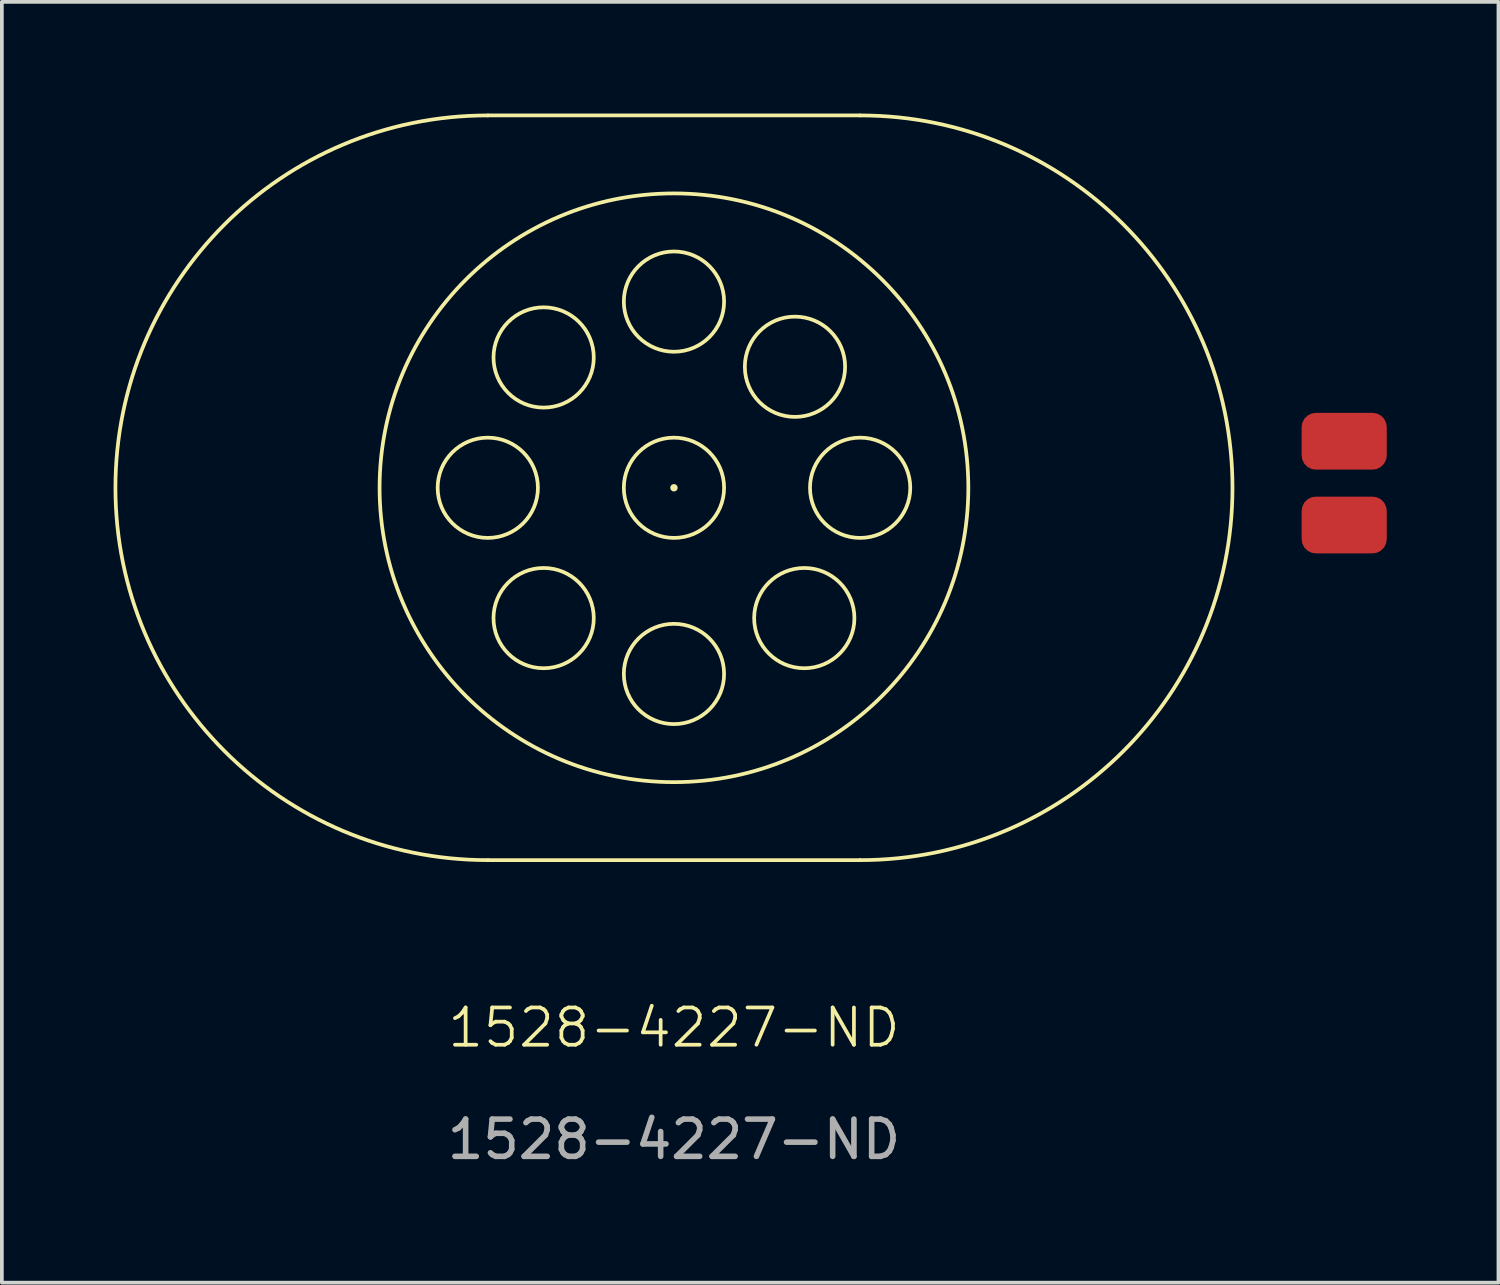
<source format=kicad_pcb>
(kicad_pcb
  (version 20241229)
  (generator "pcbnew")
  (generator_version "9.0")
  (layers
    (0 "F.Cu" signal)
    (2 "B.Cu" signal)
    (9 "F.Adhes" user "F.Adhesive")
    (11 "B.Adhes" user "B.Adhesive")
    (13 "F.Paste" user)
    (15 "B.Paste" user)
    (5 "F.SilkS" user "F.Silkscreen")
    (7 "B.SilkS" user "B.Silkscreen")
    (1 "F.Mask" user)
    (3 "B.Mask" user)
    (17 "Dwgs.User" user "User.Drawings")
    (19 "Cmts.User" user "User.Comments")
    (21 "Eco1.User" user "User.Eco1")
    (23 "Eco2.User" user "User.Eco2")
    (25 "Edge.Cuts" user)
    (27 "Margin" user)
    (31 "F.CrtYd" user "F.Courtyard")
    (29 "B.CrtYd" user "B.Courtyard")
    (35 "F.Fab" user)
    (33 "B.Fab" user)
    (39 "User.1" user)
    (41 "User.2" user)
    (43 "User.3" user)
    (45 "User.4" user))
  (footprint "1528-4227-ND"
    (layer "F.Cu")
    (at 15.05 25.05)
    (property "Reference" "1528-4227-ND" (at 0 -0.5 0) (unlocked yes) (layer "F.SilkS") (effects (font (size 1 1) (thickness 0.1))))
    (attr smd)
    (fp_line (start -5 -25) (end 5 -25) (stroke (width 0.1) (type default)) (layer "F.SilkS"))
    (fp_line (start -5 -5) (end 5 -5) (stroke (width 0.1) (type default)) (layer "F.SilkS"))
    (fp_arc (start -5 -5) (mid -15 -15) (end -5 -25) (stroke (width 0.1) (type default)) (layer "F.SilkS"))
    (fp_arc (start 5 -25) (mid 15 -15) (end 5 -5) (stroke (width 0.1) (type default)) (layer "F.SilkS"))
    (fp_circle (center -5 -15) (end -3.75 -14.5) (stroke (width 0.1) (type default)) (fill no) (layer "F.SilkS"))
    (fp_circle (center -3.5 -18.5) (end -2.25 -18) (stroke (width 0.1) (type default)) (fill no) (layer "F.SilkS"))
    (fp_circle (center -3.5 -11.5) (end -2.25 -11) (stroke (width 0.1) (type default)) (fill no) (layer "F.SilkS"))
    (fp_circle (center 0 -20) (end 1.25 -19.5) (stroke (width 0.1) (type default)) (fill no) (layer "F.SilkS"))
    (fp_circle (center 0 -15) (end 0 -15) (stroke (width 0.1) (type default)) (fill no) (layer "F.SilkS"))
    (fp_circle (center 0 -15) (end 1.25 -14.5) (stroke (width 0.1) (type default)) (fill no) (layer "F.SilkS"))
    (fp_circle (center 0 -15) (end 7.5 -17.5) (stroke (width 0.1) (type default)) (fill no) (layer "F.SilkS"))
    (fp_circle (center 0 -10) (end 1.25 -9.5) (stroke (width 0.1) (type default)) (fill no) (layer "F.SilkS"))
    (fp_circle (center 3.25 -18.25) (end 4.5 -17.75) (stroke (width 0.1) (type default)) (fill no) (layer "F.SilkS"))
    (fp_circle (center 3.5 -11.5) (end 4.75 -11) (stroke (width 0.1) (type default)) (fill no) (layer "F.SilkS"))
    (fp_circle (center 5 -15) (end 6.25 -14.5) (stroke (width 0.1) (type default)) (fill no) (layer "F.SilkS"))
    (fp_text user "${REFERENCE}" (at 0 2.5 0) (unlocked yes) (layer "F.Fab") (effects (font (size 1 1) (thickness 0.15))))
    (pad "1" smd roundrect (at 18 -16.25) (size 2.286 1.524) (layers "F.Cu" "F.Mask" "F.Paste") (roundrect_rratio 0.25))
    (pad "2" smd roundrect (at 18 -14) (size 2.286 1.524) (layers "F.Cu" "F.Mask" "F.Paste") (roundrect_rratio 0.25)))
  (gr_rect
    (start -3 -3)
    (end 37.193 31.398)
    (stroke (width 0.1) (type default))
    (fill no)
    (layer "Edge.Cuts")))
</source>
